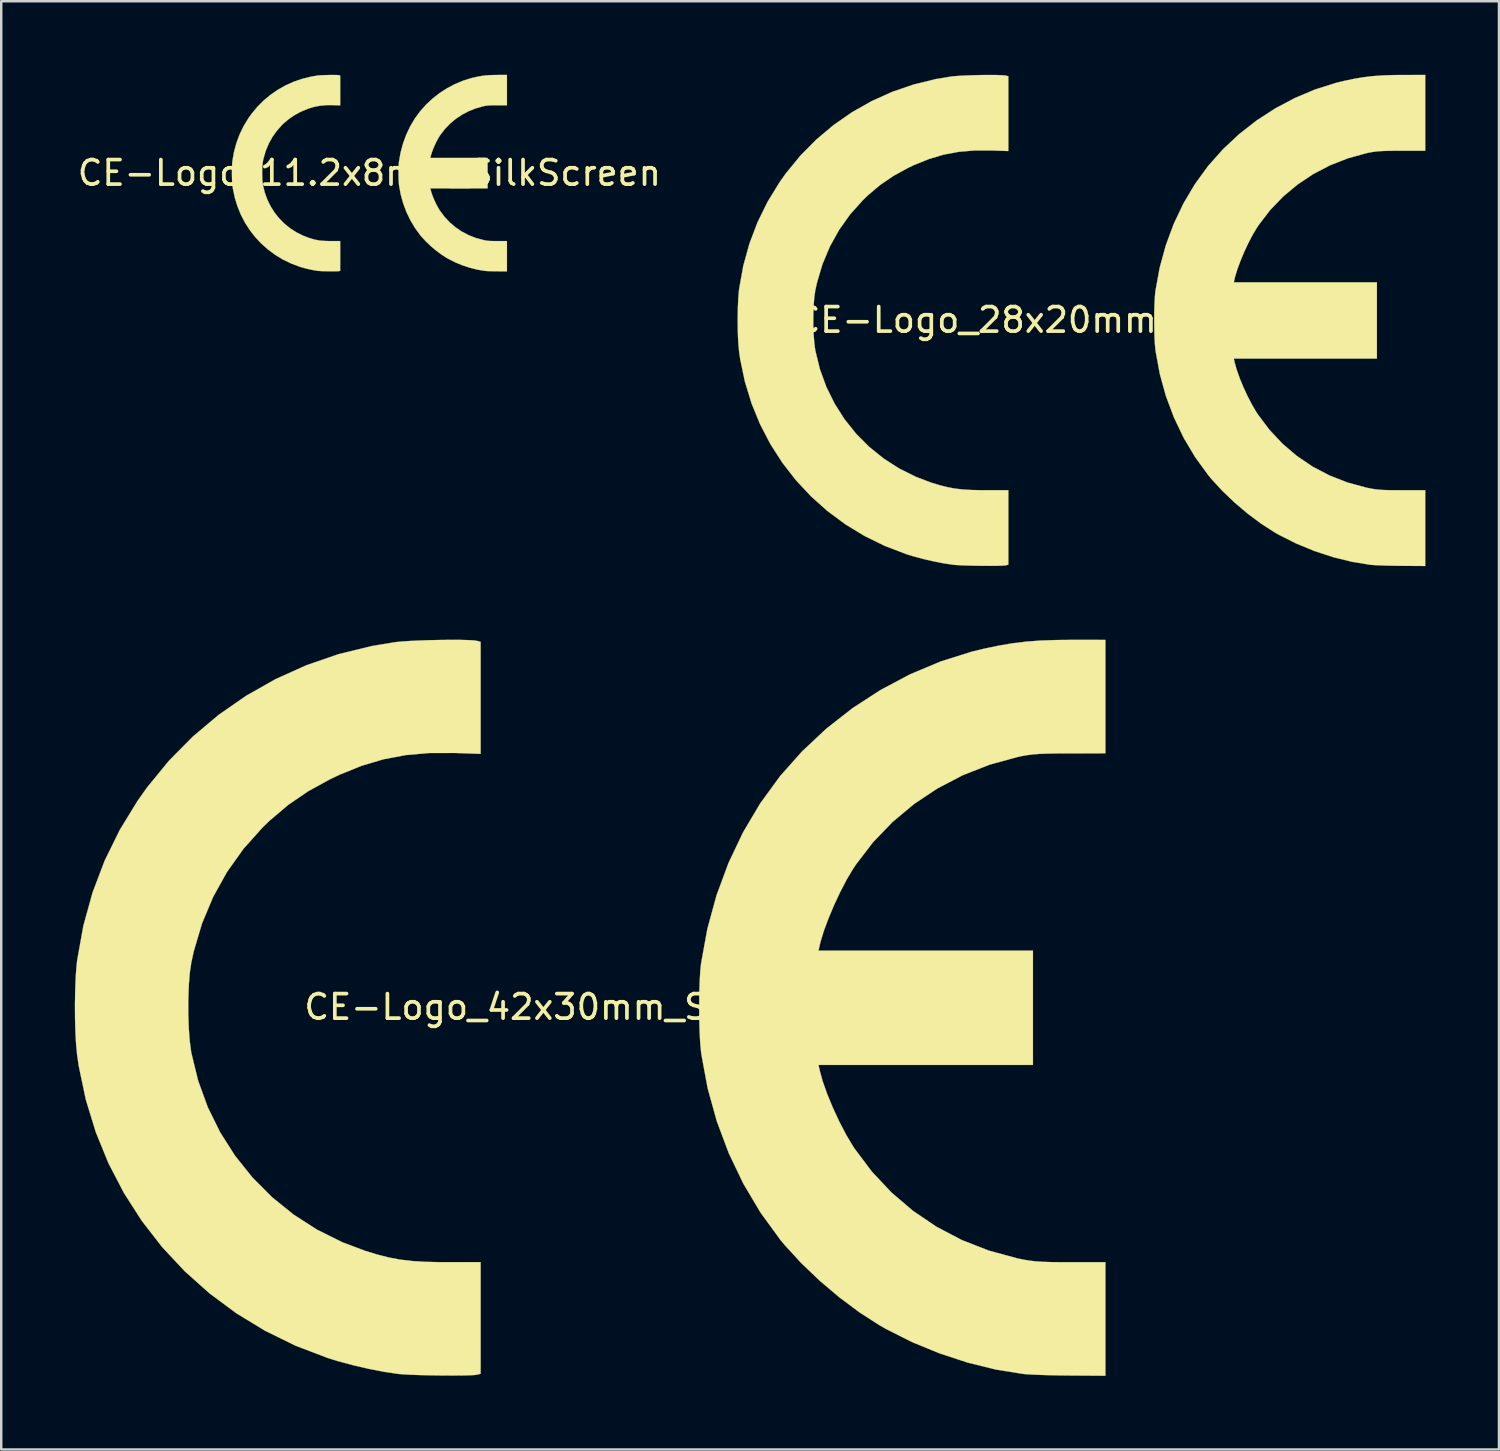
<source format=kicad_pcb>
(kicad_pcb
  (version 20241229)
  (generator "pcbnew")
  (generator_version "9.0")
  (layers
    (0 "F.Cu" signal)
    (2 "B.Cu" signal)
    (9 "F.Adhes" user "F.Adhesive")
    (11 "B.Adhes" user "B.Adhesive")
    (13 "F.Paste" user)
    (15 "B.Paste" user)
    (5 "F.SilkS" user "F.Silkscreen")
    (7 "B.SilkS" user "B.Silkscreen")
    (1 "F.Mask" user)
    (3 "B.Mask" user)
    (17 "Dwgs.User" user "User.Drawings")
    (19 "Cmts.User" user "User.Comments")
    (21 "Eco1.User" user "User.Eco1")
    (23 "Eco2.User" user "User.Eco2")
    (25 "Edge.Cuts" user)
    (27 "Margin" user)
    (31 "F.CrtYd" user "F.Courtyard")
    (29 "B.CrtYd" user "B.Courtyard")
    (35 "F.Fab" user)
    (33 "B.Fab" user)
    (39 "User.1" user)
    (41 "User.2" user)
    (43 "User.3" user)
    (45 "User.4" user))
  (footprint "CE-Logo_28x20mm_SilkScreen"
    (layer "F.Cu")
    (at 41.027 9.99)
    (property "Reference" "CE-Logo_28x20mm_SilkScreen" (at 0 0 0) (layer "F.SilkS") (effects (font (size 1 1) (thickness 0.15))))
    (attr exclude_from_pos_files exclude_from_bom allow_missing_courtyard)
    (fp_poly (pts (xy -3.512 -9.983) (xy -3.298 -9.977) (xy -3.144 -9.968) (xy -3.076 -9.957) (xy -2.978 -9.931) (xy -2.978 -6.884) (xy -3.672 -6.908) (xy -4.366 -6.907) (xy -5.009 -6.851) (xy -5.62 -6.736) (xy -6.217 -6.558) (xy -6.822 -6.313) (xy -7.073 -6.194) (xy -7.67 -5.866) (xy -8.209 -5.497) (xy -8.713 -5.07) (xy -8.909 -4.88) (xy -9.428 -4.301) (xy -9.877 -3.669) (xy -10.253 -2.991) (xy -10.555 -2.27) (xy -10.78 -1.511) (xy -10.847 -1.204) (xy -10.887 -0.926) (xy -10.914 -0.585) (xy -10.927 -0.205) (xy -10.928 0.189) (xy -10.915 0.575) (xy -10.888 0.929) (xy -10.849 1.226) (xy -10.845 1.248) (xy -10.66 2.005) (xy -10.397 2.728) (xy -10.06 3.41) (xy -9.655 4.048) (xy -9.184 4.637) (xy -8.652 5.171) (xy -8.063 5.647) (xy -7.423 6.058) (xy -6.734 6.4) (xy -6.127 6.629) (xy -5.785 6.734) (xy -5.472 6.813) (xy -5.165 6.871) (xy -4.843 6.909) (xy -4.485 6.931) (xy -4.069 6.94) (xy -3.887 6.94) (xy -2.978 6.939) (xy -2.978 9.975) (xy -3.076 10.001) (xy -3.161 10.011) (xy -3.316 10.018) (xy -3.527 10.022) (xy -3.778 10.023) (xy -4.051 10.021) (xy -4.333 10.017) (xy -4.605 10.011) (xy -4.853 10.003) (xy -5.06 9.992) (xy -5.21 9.98) (xy -5.211 9.98) (xy -5.585 9.926) (xy -6.008 9.844) (xy -6.446 9.743) (xy -6.869 9.629) (xy -7.137 9.546) (xy -8.013 9.211) (xy -8.843 8.804) (xy -9.624 8.328) (xy -10.353 7.788) (xy -11.026 7.186) (xy -11.64 6.528) (xy -12.192 5.817) (xy -12.679 5.057) (xy -13.097 4.252) (xy -13.443 3.407) (xy -13.714 2.524) (xy -13.907 1.608) (xy -13.95 1.314) (xy -13.978 1.033) (xy -13.998 0.689) (xy -14.008 0.305) (xy -14.01 -0.096) (xy -14.003 -0.49) (xy -13.987 -0.854) (xy -13.963 -1.164) (xy -13.95 -1.27) (xy -13.782 -2.206) (xy -13.532 -3.11) (xy -13.202 -3.98) (xy -12.792 -4.814) (xy -12.304 -5.611) (xy -12.043 -5.978) (xy -11.453 -6.698) (xy -10.804 -7.354) (xy -10.101 -7.945) (xy -9.349 -8.467) (xy -8.551 -8.918) (xy -7.712 -9.296) (xy -6.838 -9.596) (xy -5.932 -9.818) (xy -5.3 -9.922) (xy -5.127 -9.939) (xy -4.899 -9.954) (xy -4.633 -9.967) (xy -4.345 -9.976) (xy -4.051 -9.982) (xy -3.768 -9.984) (xy -3.512 -9.983)) (stroke (width 0.01) (type solid)) (fill yes) (layer "F.SilkS"))
    (fp_poly (pts (xy 14.014 -8.441) (xy 14.014 -6.897) (xy 13.039 -6.896) (xy 12.702 -6.895) (xy 12.435 -6.891) (xy 12.221 -6.882) (xy 12.045 -6.869) (xy 11.887 -6.849) (xy 11.733 -6.822) (xy 11.621 -6.798) (xy 10.86 -6.588) (xy 10.134 -6.303) (xy 9.448 -5.945) (xy 8.81 -5.52) (xy 8.223 -5.03) (xy 7.695 -4.481) (xy 7.23 -3.875) (xy 7.149 -3.752) (xy 6.977 -3.465) (xy 6.802 -3.129) (xy 6.633 -2.768) (xy 6.481 -2.404) (xy 6.354 -2.061) (xy 6.263 -1.76) (xy 6.243 -1.675) (xy 6.212 -1.533) (xy 12.043 -1.533) (xy 12.043 1.577) (xy 6.212 1.577) (xy 6.243 1.719) (xy 6.326 2.021) (xy 6.45 2.372) (xy 6.605 2.747) (xy 6.781 3.125) (xy 6.967 3.481) (xy 7.153 3.794) (xy 7.185 3.841) (xy 7.661 4.475) (xy 8.194 5.044) (xy 8.782 5.545) (xy 9.422 5.978) (xy 10.109 6.338) (xy 10.841 6.625) (xy 11.614 6.835) (xy 11.632 6.839) (xy 11.806 6.874) (xy 11.967 6.9) (xy 12.131 6.919) (xy 12.317 6.931) (xy 12.543 6.938) (xy 12.827 6.941) (xy 13.061 6.941) (xy 14.014 6.941) (xy 14.014 10.029) (xy 13.061 10.023) (xy 12.757 10.019) (xy 12.46 10.013) (xy 12.189 10.004) (xy 11.964 9.994) (xy 11.804 9.982) (xy 11.78 9.98) (xy 11.034 9.86) (xy 10.267 9.671) (xy 9.499 9.419) (xy 8.752 9.112) (xy 8.046 8.756) (xy 7.861 8.65) (xy 7.32 8.301) (xy 6.77 7.89) (xy 6.235 7.436) (xy 5.735 6.958) (xy 5.292 6.475) (xy 5.171 6.328) (xy 4.637 5.595) (xy 4.169 4.808) (xy 3.771 3.976) (xy 3.445 3.107) (xy 3.196 2.208) (xy 3.026 1.288) (xy 3.018 1.226) (xy 2.995 0.989) (xy 2.978 0.689) (xy 2.969 0.347) (xy 2.966 -0.013) (xy 2.969 -0.371) (xy 2.98 -0.704) (xy 2.997 -0.991) (xy 3.017 -1.182) (xy 3.189 -2.126) (xy 3.438 -3.038) (xy 3.762 -3.913) (xy 4.158 -4.747) (xy 4.625 -5.534) (xy 5.159 -6.269) (xy 5.171 -6.283) (xy 5.768 -6.955) (xy 6.427 -7.572) (xy 7.14 -8.129) (xy 7.9 -8.622) (xy 8.698 -9.045) (xy 9.526 -9.394) (xy 10.376 -9.662) (xy 10.708 -9.743) (xy 11.118 -9.829) (xy 11.499 -9.893) (xy 11.876 -9.938) (xy 12.273 -9.966) (xy 12.714 -9.981) (xy 13.083 -9.984) (xy 14.014 -9.985) (xy 14.014 -8.441)) (stroke (width 0.01) (type solid)) (fill yes) (layer "F.SilkS")))
  (footprint "CE-Logo_42x30mm_SilkScreen"
    (layer "F.Cu")
    (at 21.002 37.993)
    (property "Reference" "CE-Logo_42x30mm_SilkScreen" (at 0 0 0) (layer "F.SilkS") (effects (font (size 1 1) (thickness 0.15))))
    (attr exclude_from_pos_files exclude_from_bom allow_missing_courtyard)
    (fp_poly (pts (xy -5.263 -14.962) (xy -4.943 -14.953) (xy -4.712 -14.939) (xy -4.611 -14.923) (xy -4.463 -14.883) (xy -4.463 -10.317) (xy -5.503 -10.353) (xy -6.544 -10.352) (xy -7.507 -10.268) (xy -8.422 -10.096) (xy -9.318 -9.829) (xy -10.224 -9.462) (xy -10.6 -9.283) (xy -11.495 -8.791) (xy -12.302 -8.239) (xy -13.058 -7.599) (xy -13.353 -7.314) (xy -14.13 -6.445) (xy -14.802 -5.499) (xy -15.366 -4.483) (xy -15.819 -3.402) (xy -16.156 -2.264) (xy -16.256 -1.805) (xy -16.317 -1.388) (xy -16.357 -0.877) (xy -16.377 -0.308) (xy -16.377 0.284) (xy -16.358 0.862) (xy -16.318 1.392) (xy -16.259 1.837) (xy -16.253 1.871) (xy -15.976 3.005) (xy -15.582 4.088) (xy -15.078 5.111) (xy -14.469 6.067) (xy -13.764 6.949) (xy -12.967 7.75) (xy -12.085 8.462) (xy -11.125 9.079) (xy -10.092 9.592) (xy -9.182 9.935) (xy -8.67 10.092) (xy -8.2 10.211) (xy -7.74 10.297) (xy -7.258 10.354) (xy -6.721 10.387) (xy -6.099 10.401) (xy -5.825 10.401) (xy -4.463 10.4) (xy -4.463 14.949) (xy -4.611 14.989) (xy -4.737 15.003) (xy -4.97 15.014) (xy -5.286 15.02) (xy -5.661 15.021) (xy -6.072 15.019) (xy -6.493 15.013) (xy -6.901 15.004) (xy -7.273 14.991) (xy -7.583 14.976) (xy -7.808 14.957) (xy -7.81 14.957) (xy -8.371 14.875) (xy -9.004 14.753) (xy -9.661 14.601) (xy -10.294 14.431) (xy -10.697 14.306) (xy -12.009 13.805) (xy -13.253 13.194) (xy -14.423 12.481) (xy -15.515 11.671) (xy -16.524 10.77) (xy -17.445 9.784) (xy -18.272 8.718) (xy -19.002 7.579) (xy -19.629 6.373) (xy -20.147 5.105) (xy -20.553 3.782) (xy -20.842 2.41) (xy -20.907 1.969) (xy -20.949 1.548) (xy -20.978 1.033) (xy -20.994 0.456) (xy -20.997 -0.144) (xy -20.986 -0.735) (xy -20.963 -1.28) (xy -20.926 -1.744) (xy -20.907 -1.903) (xy -20.655 -3.306) (xy -20.281 -4.661) (xy -19.786 -5.965) (xy -19.172 -7.215) (xy -18.44 -8.409) (xy -18.049 -8.959) (xy -17.165 -10.038) (xy -16.192 -11.022) (xy -15.139 -11.908) (xy -14.011 -12.69) (xy -12.815 -13.366) (xy -11.559 -13.931) (xy -10.248 -14.382) (xy -8.89 -14.714) (xy -7.944 -14.87) (xy -7.683 -14.896) (xy -7.342 -14.919) (xy -6.943 -14.937) (xy -6.511 -14.951) (xy -6.071 -14.96) (xy -5.647 -14.964) (xy -5.263 -14.962)) (stroke (width 0.01) (type solid)) (fill yes) (layer "F.SilkS"))
    (fp_poly (pts (xy 21.003 -12.651) (xy 21.003 -10.337) (xy 19.542 -10.336) (xy 19.036 -10.334) (xy 18.636 -10.327) (xy 18.316 -10.315) (xy 18.051 -10.295) (xy 17.816 -10.265) (xy 17.584 -10.224) (xy 17.416 -10.188) (xy 16.276 -9.874) (xy 15.188 -9.446) (xy 14.16 -8.91) (xy 13.203 -8.273) (xy 12.324 -7.539) (xy 11.532 -6.715) (xy 10.836 -5.808) (xy 10.714 -5.624) (xy 10.457 -5.192) (xy 10.195 -4.689) (xy 9.942 -4.148) (xy 9.713 -3.603) (xy 9.522 -3.088) (xy 9.386 -2.637) (xy 9.356 -2.51) (xy 9.309 -2.297) (xy 18.049 -2.297) (xy 18.049 2.363) (xy 9.309 2.363) (xy 9.356 2.576) (xy 9.48 3.029) (xy 9.666 3.555) (xy 9.899 4.117) (xy 10.162 4.683) (xy 10.441 5.217) (xy 10.721 5.685) (xy 10.768 5.757) (xy 11.481 6.707) (xy 12.281 7.559) (xy 13.162 8.311) (xy 14.12 8.959) (xy 15.15 9.499) (xy 16.247 9.928) (xy 17.405 10.244) (xy 17.434 10.25) (xy 17.694 10.303) (xy 17.935 10.342) (xy 18.181 10.369) (xy 18.46 10.387) (xy 18.799 10.398) (xy 19.224 10.402) (xy 19.575 10.403) (xy 21.003 10.403) (xy 21.003 15.03) (xy 19.575 15.021) (xy 19.119 15.016) (xy 18.674 15.007) (xy 18.268 14.993) (xy 17.931 14.978) (xy 17.69 14.961) (xy 17.655 14.957) (xy 16.537 14.778) (xy 15.387 14.494) (xy 14.236 14.116) (xy 13.116 13.656) (xy 12.058 13.123) (xy 11.781 12.964) (xy 10.97 12.441) (xy 10.147 11.825) (xy 9.344 11.145) (xy 8.595 10.428) (xy 7.931 9.703) (xy 7.749 9.484) (xy 6.949 8.385) (xy 6.248 7.206) (xy 5.651 5.959) (xy 5.163 4.656) (xy 4.79 3.31) (xy 4.535 1.931) (xy 4.523 1.838) (xy 4.488 1.482) (xy 4.464 1.032) (xy 4.449 0.521) (xy 4.445 -0.02) (xy 4.45 -0.556) (xy 4.466 -1.055) (xy 4.492 -1.485) (xy 4.522 -1.772) (xy 4.779 -3.186) (xy 5.153 -4.553) (xy 5.638 -5.865) (xy 6.232 -7.115) (xy 6.931 -8.294) (xy 7.732 -9.395) (xy 7.749 -9.416) (xy 8.644 -10.423) (xy 9.632 -11.348) (xy 10.701 -12.184) (xy 11.84 -12.922) (xy 13.036 -13.557) (xy 14.276 -14.078) (xy 15.55 -14.481) (xy 16.048 -14.602) (xy 16.662 -14.73) (xy 17.234 -14.826) (xy 17.799 -14.894) (xy 18.393 -14.937) (xy 19.055 -14.958) (xy 19.608 -14.963) (xy 21.003 -14.964) (xy 21.003 -12.651)) (stroke (width 0.01) (type solid)) (fill yes) (layer "F.SilkS")))
  (footprint "CE-Logo_11.2x8mm_SilkScreen"
    (layer "F.Cu")
    (at 12.006 3.999)
    (property "Reference" "CE-Logo_11.2x8mm_SilkScreen" (at 0 0 0) (layer "F.SilkS") (effects (font (size 1 1) (thickness 0.15))))
    (attr exclude_from_pos_files exclude_from_bom)
    (fp_poly (pts (xy -1.405 -3.993) (xy -1.319 -3.991) (xy -1.258 -3.987) (xy -1.231 -3.983) (xy -1.191 -3.972) (xy -1.191 -2.754) (xy -1.469 -2.763) (xy -1.746 -2.763) (xy -2.004 -2.74) (xy -2.248 -2.695) (xy -2.487 -2.623) (xy -2.729 -2.525) (xy -2.829 -2.478) (xy -3.068 -2.346) (xy -3.283 -2.199) (xy -3.485 -2.028) (xy -3.564 -1.952) (xy -3.771 -1.72) (xy -3.951 -1.468) (xy -4.101 -1.196) (xy -4.222 -0.908) (xy -4.312 -0.604) (xy -4.339 -0.482) (xy -4.355 -0.37) (xy -4.366 -0.234) (xy -4.371 -0.082) (xy -4.371 0.076) (xy -4.366 0.23) (xy -4.355 0.372) (xy -4.339 0.49) (xy -4.338 0.499) (xy -4.264 0.802) (xy -4.159 1.091) (xy -4.024 1.364) (xy -3.862 1.619) (xy -3.673 1.855) (xy -3.461 2.069) (xy -3.225 2.259) (xy -2.969 2.423) (xy -2.694 2.56) (xy -2.451 2.652) (xy -2.314 2.693) (xy -2.189 2.725) (xy -2.066 2.748) (xy -1.937 2.763) (xy -1.794 2.772) (xy -1.628 2.776) (xy -1.555 2.776) (xy -1.191 2.776) (xy -1.191 3.99) (xy -1.231 4) (xy -1.264 4.004) (xy -1.326 4.007) (xy -1.411 4.009) (xy -1.511 4.009) (xy -1.621 4.009) (xy -1.733 4.007) (xy -1.842 4.004) (xy -1.941 4.001) (xy -2.024 3.997) (xy -2.084 3.992) (xy -2.085 3.992) (xy -2.234 3.97) (xy -2.403 3.938) (xy -2.579 3.897) (xy -2.747 3.851) (xy -2.855 3.818) (xy -3.205 3.684) (xy -3.537 3.522) (xy -3.85 3.331) (xy -4.141 3.115) (xy -4.41 2.874) (xy -4.656 2.611) (xy -4.877 2.327) (xy -5.072 2.023) (xy -5.239 1.701) (xy -5.377 1.363) (xy -5.486 1.01) (xy -5.563 0.643) (xy -5.58 0.526) (xy -5.591 0.413) (xy -5.599 0.276) (xy -5.603 0.122) (xy -5.604 -0.039) (xy -5.601 -0.196) (xy -5.595 -0.342) (xy -5.585 -0.465) (xy -5.58 -0.508) (xy -5.513 -0.882) (xy -5.413 -1.244) (xy -5.281 -1.592) (xy -5.117 -1.926) (xy -4.922 -2.244) (xy -4.817 -2.391) (xy -4.581 -2.679) (xy -4.322 -2.942) (xy -4.04 -3.178) (xy -3.739 -3.387) (xy -3.42 -3.567) (xy -3.085 -3.718) (xy -2.735 -3.838) (xy -2.373 -3.927) (xy -2.12 -3.969) (xy -2.051 -3.976) (xy -1.959 -3.982) (xy -1.853 -3.987) (xy -1.738 -3.99) (xy -1.62 -3.993) (xy -1.507 -3.994) (xy -1.405 -3.993)) (stroke (width 0.01) (type solid)) (fill yes) (layer "F.SilkS"))
    (fp_poly (pts (xy 5.606 -3.376) (xy 5.606 -2.759) (xy 5.216 -2.759) (xy 5.081 -2.758) (xy 4.974 -2.756) (xy 4.889 -2.753) (xy 4.818 -2.748) (xy 4.755 -2.74) (xy 4.693 -2.729) (xy 4.648 -2.719) (xy 4.344 -2.635) (xy 4.053 -2.521) (xy 3.779 -2.378) (xy 3.524 -2.208) (xy 3.289 -2.012) (xy 3.078 -1.792) (xy 2.892 -1.55) (xy 2.86 -1.501) (xy 2.791 -1.386) (xy 2.721 -1.252) (xy 2.653 -1.107) (xy 2.592 -0.962) (xy 2.542 -0.824) (xy 2.505 -0.704) (xy 2.497 -0.67) (xy 2.485 -0.613) (xy 4.817 -0.613) (xy 4.817 0.631) (xy 2.485 0.631) (xy 2.497 0.688) (xy 2.53 0.809) (xy 2.58 0.949) (xy 2.642 1.099) (xy 2.712 1.25) (xy 2.787 1.392) (xy 2.861 1.517) (xy 2.874 1.536) (xy 3.064 1.79) (xy 3.278 2.017) (xy 3.513 2.218) (xy 3.769 2.391) (xy 4.044 2.535) (xy 4.336 2.65) (xy 4.645 2.734) (xy 4.653 2.736) (xy 4.723 2.75) (xy 4.787 2.76) (xy 4.852 2.768) (xy 4.927 2.772) (xy 5.017 2.775) (xy 5.131 2.776) (xy 5.225 2.776) (xy 5.606 2.776) (xy 5.606 4.011) (xy 5.225 4.009) (xy 5.103 4.008) (xy 4.984 4.005) (xy 4.876 4.002) (xy 4.786 3.998) (xy 4.721 3.993) (xy 4.712 3.992) (xy 4.414 3.944) (xy 4.107 3.868) (xy 3.8 3.768) (xy 3.501 3.645) (xy 3.218 3.502) (xy 3.144 3.46) (xy 2.928 3.32) (xy 2.708 3.156) (xy 2.494 2.975) (xy 2.294 2.783) (xy 2.117 2.59) (xy 2.068 2.531) (xy 1.855 2.238) (xy 1.668 1.923) (xy 1.508 1.59) (xy 1.378 1.243) (xy 1.278 0.883) (xy 1.21 0.515) (xy 1.207 0.49) (xy 1.198 0.396) (xy 1.191 0.275) (xy 1.187 0.139) (xy 1.186 -0.005) (xy 1.188 -0.148) (xy 1.192 -0.282) (xy 1.199 -0.396) (xy 1.207 -0.473) (xy 1.276 -0.85) (xy 1.375 -1.215) (xy 1.505 -1.565) (xy 1.663 -1.899) (xy 1.85 -2.214) (xy 2.064 -2.507) (xy 2.068 -2.513) (xy 2.307 -2.782) (xy 2.571 -3.029) (xy 2.856 -3.252) (xy 3.16 -3.449) (xy 3.479 -3.618) (xy 3.81 -3.757) (xy 4.15 -3.865) (xy 4.283 -3.897) (xy 4.447 -3.931) (xy 4.6 -3.957) (xy 4.75 -3.975) (xy 4.909 -3.987) (xy 5.086 -3.992) (xy 5.233 -3.994) (xy 5.606 -3.994) (xy 5.606 -3.376)) (stroke (width 0.01) (type solid)) (fill yes) (layer "F.SilkS")))
  (gr_rect
    (start -3 -3)
    (end 58.046 56.028)
    (stroke (width 0.1) (type default))
    (fill no)
    (layer "Edge.Cuts")))
</source>
